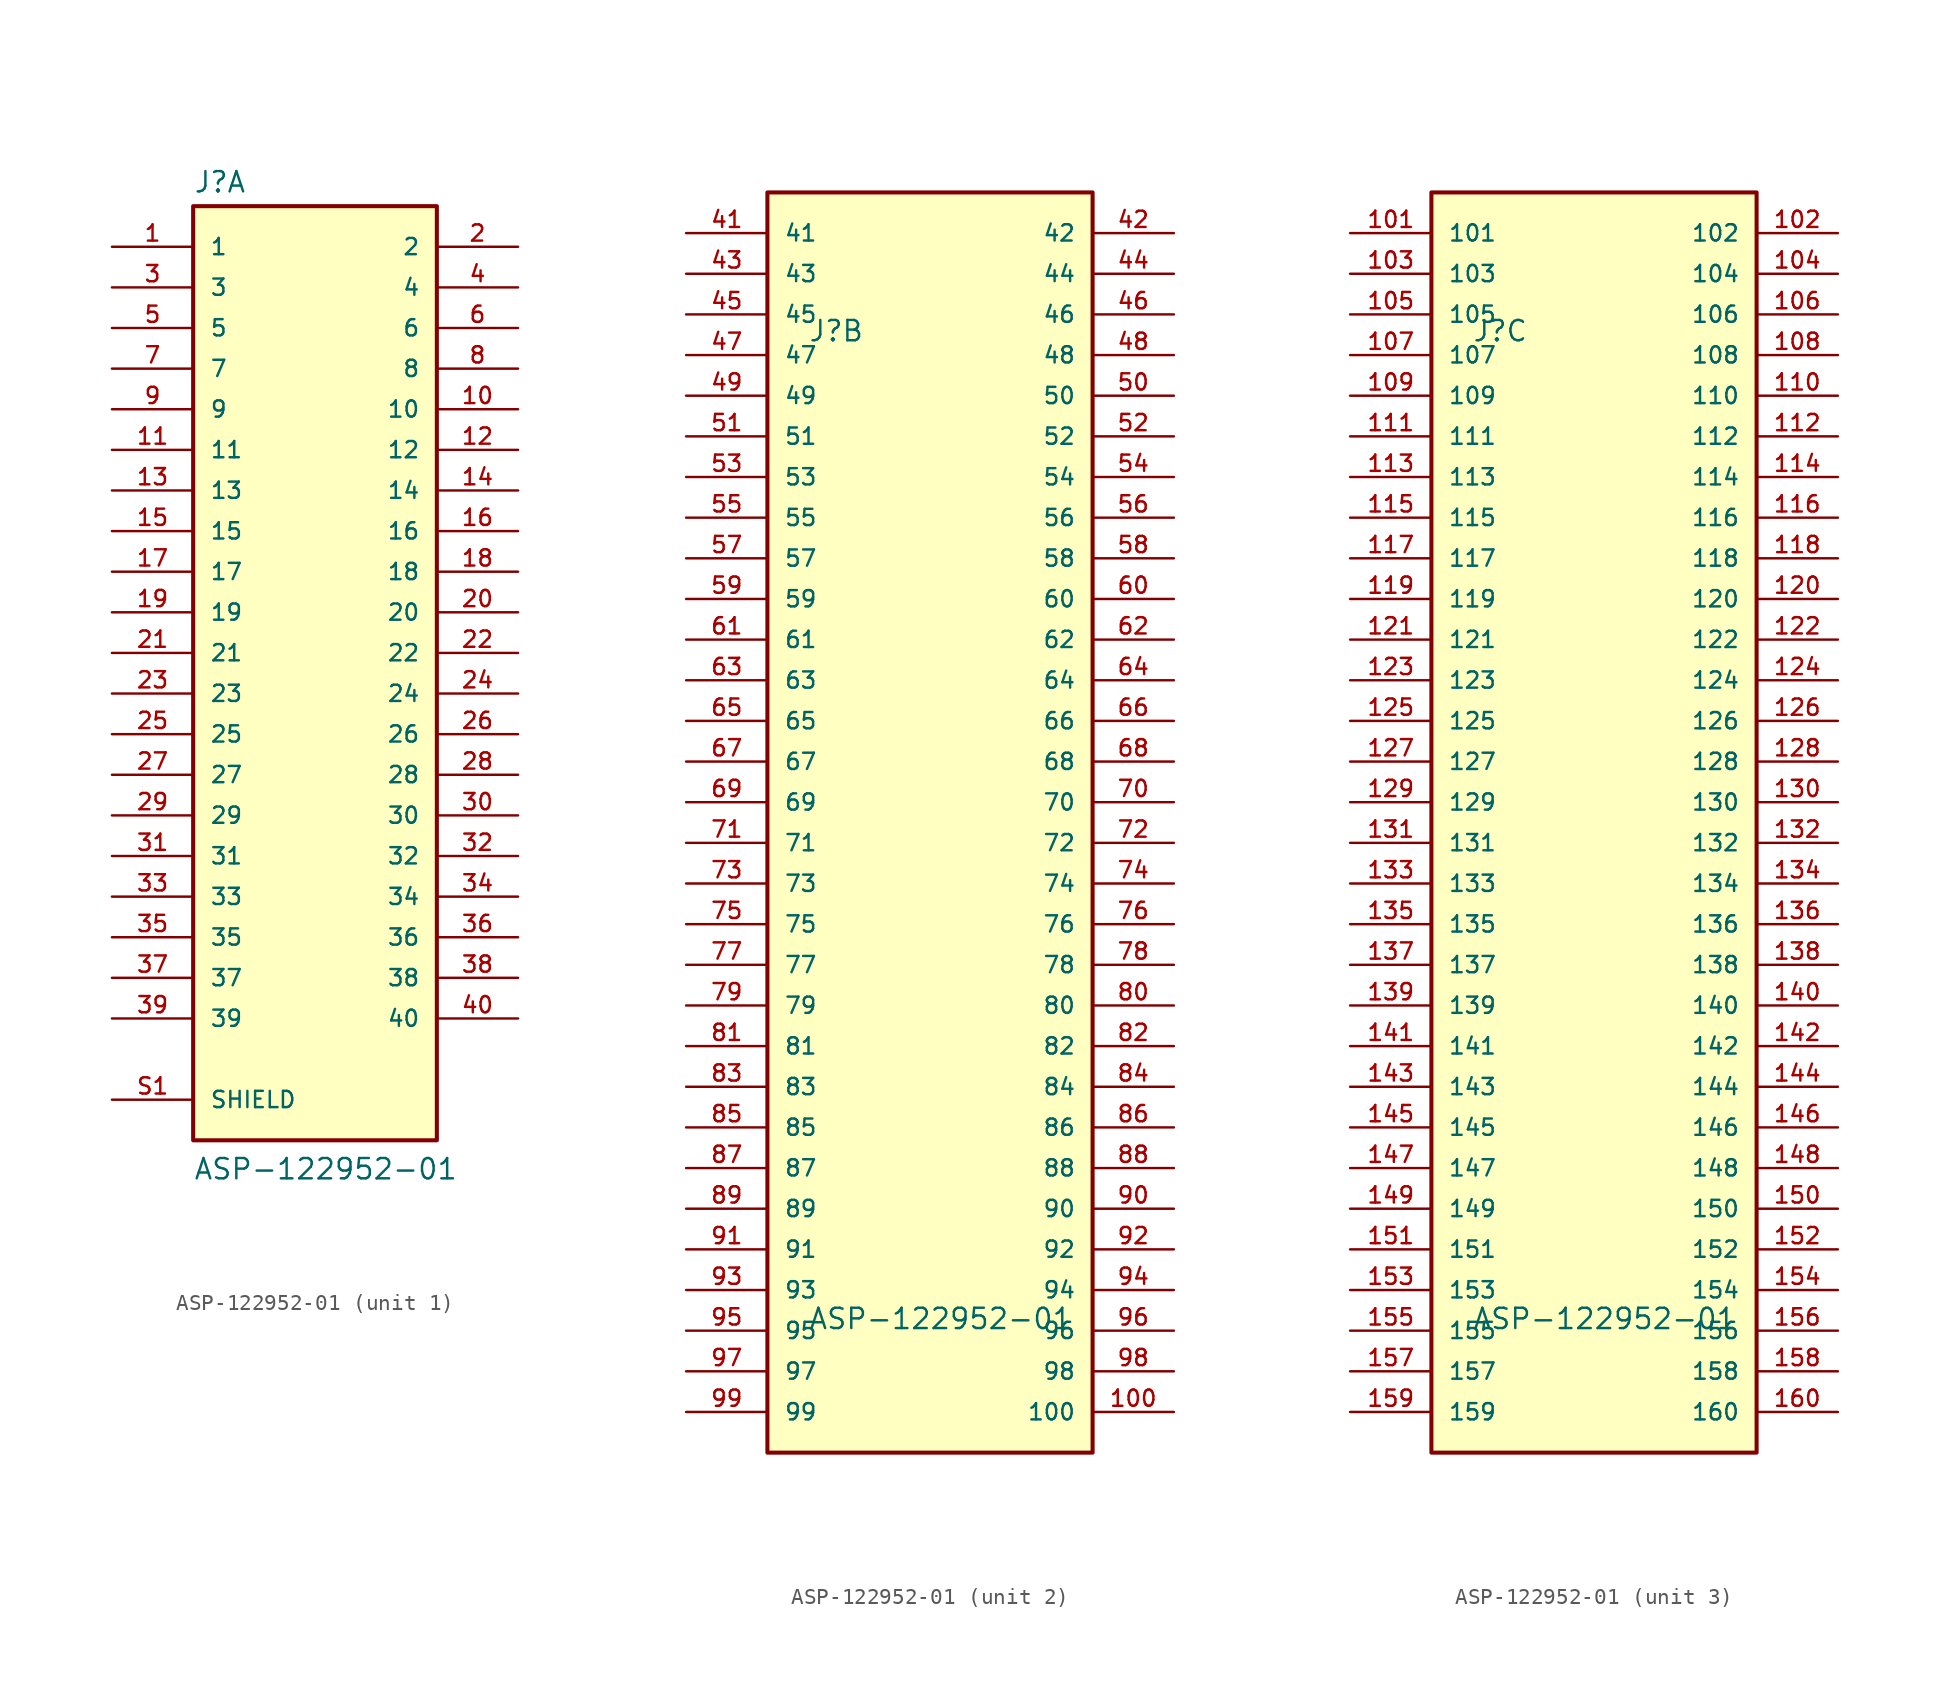
<source format=kicad_sym>
(kicad_symbol_lib
  (version 20211014)
  (generator kicad_symbol_editor)
  (symbol "ASP-122952-01"
    (pin_names
      (offset 1.016))
    (property "Reference" "J"
      (at -7.62 28.702 0)
      (effects (font (size 1.27 1.27)) (justify bottom left)))
    (property "Value" "ASP-122952-01"
      (at -7.62 -33.02 0)
      (effects (font (size 1.27 1.27)) (justify bottom left)))
    (symbol "ASP-122952-01_1_0"
      (rectangle (start -7.62 -30.48) (end 7.62 27.94) (stroke (width 0.254)) (fill (type background)))
      (pin passive line (at -12.7 25.4 0) (length 5.08) (name "1" (effects (font (size 1.016 1.016)))) (number "1" (effects (font (size 1.016 1.016)))))
      (pin passive line (at 12.7 25.4 180.0) (length 5.08) (name "2" (effects (font (size 1.016 1.016)))) (number "2" (effects (font (size 1.016 1.016)))))
      (pin passive line (at -12.7 22.86 0) (length 5.08) (name "3" (effects (font (size 1.016 1.016)))) (number "3" (effects (font (size 1.016 1.016)))))
      (pin passive line (at 12.7 22.86 180.0) (length 5.08) (name "4" (effects (font (size 1.016 1.016)))) (number "4" (effects (font (size 1.016 1.016)))))
      (pin passive line (at -12.7 20.32 0) (length 5.08) (name "5" (effects (font (size 1.016 1.016)))) (number "5" (effects (font (size 1.016 1.016)))))
      (pin passive line (at 12.7 20.32 180.0) (length 5.08) (name "6" (effects (font (size 1.016 1.016)))) (number "6" (effects (font (size 1.016 1.016)))))
      (pin passive line (at -12.7 17.78 0) (length 5.08) (name "7" (effects (font (size 1.016 1.016)))) (number "7" (effects (font (size 1.016 1.016)))))
      (pin passive line (at 12.7 17.78 180.0) (length 5.08) (name "8" (effects (font (size 1.016 1.016)))) (number "8" (effects (font (size 1.016 1.016)))))
      (pin passive line (at -12.7 15.24 0) (length 5.08) (name "9" (effects (font (size 1.016 1.016)))) (number "9" (effects (font (size 1.016 1.016)))))
      (pin passive line (at 12.7 15.24 180.0) (length 5.08) (name "10" (effects (font (size 1.016 1.016)))) (number "10" (effects (font (size 1.016 1.016)))))
      (pin passive line (at -12.7 12.7 0) (length 5.08) (name "11" (effects (font (size 1.016 1.016)))) (number "11" (effects (font (size 1.016 1.016)))))
      (pin passive line (at 12.7 12.7 180.0) (length 5.08) (name "12" (effects (font (size 1.016 1.016)))) (number "12" (effects (font (size 1.016 1.016)))))
      (pin passive line (at -12.7 10.16 0) (length 5.08) (name "13" (effects (font (size 1.016 1.016)))) (number "13" (effects (font (size 1.016 1.016)))))
      (pin passive line (at 12.7 10.16 180.0) (length 5.08) (name "14" (effects (font (size 1.016 1.016)))) (number "14" (effects (font (size 1.016 1.016)))))
      (pin passive line (at -12.7 7.62 0) (length 5.08) (name "15" (effects (font (size 1.016 1.016)))) (number "15" (effects (font (size 1.016 1.016)))))
      (pin passive line (at 12.7 7.62 180.0) (length 5.08) (name "16" (effects (font (size 1.016 1.016)))) (number "16" (effects (font (size 1.016 1.016)))))
      (pin passive line (at -12.7 5.08 0) (length 5.08) (name "17" (effects (font (size 1.016 1.016)))) (number "17" (effects (font (size 1.016 1.016)))))
      (pin passive line (at 12.7 5.08 180.0) (length 5.08) (name "18" (effects (font (size 1.016 1.016)))) (number "18" (effects (font (size 1.016 1.016)))))
      (pin passive line (at -12.7 2.54 0) (length 5.08) (name "19" (effects (font (size 1.016 1.016)))) (number "19" (effects (font (size 1.016 1.016)))))
      (pin passive line (at 12.7 2.54 180.0) (length 5.08) (name "20" (effects (font (size 1.016 1.016)))) (number "20" (effects (font (size 1.016 1.016)))))
      (pin passive line (at -12.7 0.0 0) (length 5.08) (name "21" (effects (font (size 1.016 1.016)))) (number "21" (effects (font (size 1.016 1.016)))))
      (pin passive line (at 12.7 0.0 180.0) (length 5.08) (name "22" (effects (font (size 1.016 1.016)))) (number "22" (effects (font (size 1.016 1.016)))))
      (pin passive line (at -12.7 -2.54 0) (length 5.08) (name "23" (effects (font (size 1.016 1.016)))) (number "23" (effects (font (size 1.016 1.016)))))
      (pin passive line (at 12.7 -2.54 180.0) (length 5.08) (name "24" (effects (font (size 1.016 1.016)))) (number "24" (effects (font (size 1.016 1.016)))))
      (pin passive line (at -12.7 -5.08 0) (length 5.08) (name "25" (effects (font (size 1.016 1.016)))) (number "25" (effects (font (size 1.016 1.016)))))
      (pin passive line (at 12.7 -5.08 180.0) (length 5.08) (name "26" (effects (font (size 1.016 1.016)))) (number "26" (effects (font (size 1.016 1.016)))))
      (pin passive line (at -12.7 -7.62 0) (length 5.08) (name "27" (effects (font (size 1.016 1.016)))) (number "27" (effects (font (size 1.016 1.016)))))
      (pin passive line (at 12.7 -7.62 180.0) (length 5.08) (name "28" (effects (font (size 1.016 1.016)))) (number "28" (effects (font (size 1.016 1.016)))))
      (pin passive line (at -12.7 -10.16 0) (length 5.08) (name "29" (effects (font (size 1.016 1.016)))) (number "29" (effects (font (size 1.016 1.016)))))
      (pin passive line (at 12.7 -10.16 180.0) (length 5.08) (name "30" (effects (font (size 1.016 1.016)))) (number "30" (effects (font (size 1.016 1.016)))))
      (pin passive line (at -12.7 -12.7 0) (length 5.08) (name "31" (effects (font (size 1.016 1.016)))) (number "31" (effects (font (size 1.016 1.016)))))
      (pin passive line (at 12.7 -12.7 180.0) (length 5.08) (name "32" (effects (font (size 1.016 1.016)))) (number "32" (effects (font (size 1.016 1.016)))))
      (pin passive line (at -12.7 -15.24 0) (length 5.08) (name "33" (effects (font (size 1.016 1.016)))) (number "33" (effects (font (size 1.016 1.016)))))
      (pin passive line (at 12.7 -15.24 180.0) (length 5.08) (name "34" (effects (font (size 1.016 1.016)))) (number "34" (effects (font (size 1.016 1.016)))))
      (pin passive line (at -12.7 -17.78 0) (length 5.08) (name "35" (effects (font (size 1.016 1.016)))) (number "35" (effects (font (size 1.016 1.016)))))
      (pin passive line (at 12.7 -17.78 180.0) (length 5.08) (name "36" (effects (font (size 1.016 1.016)))) (number "36" (effects (font (size 1.016 1.016)))))
      (pin passive line (at -12.7 -20.32 0) (length 5.08) (name "37" (effects (font (size 1.016 1.016)))) (number "37" (effects (font (size 1.016 1.016)))))
      (pin passive line (at 12.7 -20.32 180.0) (length 5.08) (name "38" (effects (font (size 1.016 1.016)))) (number "38" (effects (font (size 1.016 1.016)))))
      (pin passive line (at -12.7 -22.86 0) (length 5.08) (name "39" (effects (font (size 1.016 1.016)))) (number "39" (effects (font (size 1.016 1.016)))))
      (pin passive line (at 12.7 -22.86 180.0) (length 5.08) (name "40" (effects (font (size 1.016 1.016)))) (number "40" (effects (font (size 1.016 1.016)))))
      (pin passive line (at -12.7 -27.94 0) (length 5.08) (name "SHIELD" (effects (font (size 1.016 1.016)))) (number "S1" (effects (font (size 1.016 1.016)))))
      (pin passive line (at -12.7 -27.94 0) (length 5.08) hide (name "SHIELD" (effects (font (size 1.016 1.016)))) (number "S2" (effects (font (size 1.016 1.016)))))
      (pin passive line (at -12.7 -27.94 0) (length 5.08) hide (name "SHIELD" (effects (font (size 1.016 1.016)))) (number "S3" (effects (font (size 1.016 1.016)))))
      (pin passive line (at -12.7 -27.94 0) (length 5.08) hide (name "SHIELD" (effects (font (size 1.016 1.016)))) (number "S4" (effects (font (size 1.016 1.016)))))
      (pin passive line (at -12.7 -27.94 0) (length 5.08) hide (name "SHIELD" (effects (font (size 1.016 1.016)))) (number "S5" (effects (font (size 1.016 1.016)))))
      (pin passive line (at -12.7 -27.94 0) (length 5.08) hide (name "SHIELD" (effects (font (size 1.016 1.016)))) (number "S6" (effects (font (size 1.016 1.016)))))
      (pin passive line (at -12.7 -27.94 0) (length 5.08) hide (name "SHIELD" (effects (font (size 1.016 1.016)))) (number "S7" (effects (font (size 1.016 1.016)))))
      (pin passive line (at -12.7 -27.94 0) (length 5.08) hide (name "SHIELD" (effects (font (size 1.016 1.016)))) (number "S8" (effects (font (size 1.016 1.016)))))
      (pin passive line (at -12.7 -27.94 0) (length 5.08) hide (name "SHIELD" (effects (font (size 1.016 1.016)))) (number "S9" (effects (font (size 1.016 1.016)))))
      (pin passive line (at -12.7 -27.94 0) (length 5.08) hide (name "SHIELD" (effects (font (size 1.016 1.016)))) (number "S10" (effects (font (size 1.016 1.016)))))
      (pin passive line (at -12.7 -27.94 0) (length 5.08) hide (name "SHIELD" (effects (font (size 1.016 1.016)))) (number "S11" (effects (font (size 1.016 1.016)))))
      (pin passive line (at -12.7 -27.94 0) (length 5.08) hide (name "SHIELD" (effects (font (size 1.016 1.016)))) (number "S12" (effects (font (size 1.016 1.016))))))
    (symbol "ASP-122952-01_2_0"
      (rectangle (start -10.16 -40.64) (end 10.16 38.1) (stroke (width 0.254)) (fill (type background)))
      (pin passive line (at -15.24 35.56 0) (length 5.08) (name "41" (effects (font (size 1.016 1.016)))) (number "41" (effects (font (size 1.016 1.016)))))
      (pin passive line (at 15.24 35.56 180.0) (length 5.08) (name "42" (effects (font (size 1.016 1.016)))) (number "42" (effects (font (size 1.016 1.016)))))
      (pin passive line (at -15.24 33.02 0) (length 5.08) (name "43" (effects (font (size 1.016 1.016)))) (number "43" (effects (font (size 1.016 1.016)))))
      (pin passive line (at 15.24 33.02 180.0) (length 5.08) (name "44" (effects (font (size 1.016 1.016)))) (number "44" (effects (font (size 1.016 1.016)))))
      (pin passive line (at -15.24 30.48 0) (length 5.08) (name "45" (effects (font (size 1.016 1.016)))) (number "45" (effects (font (size 1.016 1.016)))))
      (pin passive line (at 15.24 30.48 180.0) (length 5.08) (name "46" (effects (font (size 1.016 1.016)))) (number "46" (effects (font (size 1.016 1.016)))))
      (pin passive line (at -15.24 27.94 0) (length 5.08) (name "47" (effects (font (size 1.016 1.016)))) (number "47" (effects (font (size 1.016 1.016)))))
      (pin passive line (at 15.24 27.94 180.0) (length 5.08) (name "48" (effects (font (size 1.016 1.016)))) (number "48" (effects (font (size 1.016 1.016)))))
      (pin passive line (at -15.24 25.4 0) (length 5.08) (name "49" (effects (font (size 1.016 1.016)))) (number "49" (effects (font (size 1.016 1.016)))))
      (pin passive line (at 15.24 25.4 180.0) (length 5.08) (name "50" (effects (font (size 1.016 1.016)))) (number "50" (effects (font (size 1.016 1.016)))))
      (pin passive line (at -15.24 22.86 0) (length 5.08) (name "51" (effects (font (size 1.016 1.016)))) (number "51" (effects (font (size 1.016 1.016)))))
      (pin passive line (at 15.24 22.86 180.0) (length 5.08) (name "52" (effects (font (size 1.016 1.016)))) (number "52" (effects (font (size 1.016 1.016)))))
      (pin passive line (at -15.24 20.32 0) (length 5.08) (name "53" (effects (font (size 1.016 1.016)))) (number "53" (effects (font (size 1.016 1.016)))))
      (pin passive line (at 15.24 20.32 180.0) (length 5.08) (name "54" (effects (font (size 1.016 1.016)))) (number "54" (effects (font (size 1.016 1.016)))))
      (pin passive line (at -15.24 17.78 0) (length 5.08) (name "55" (effects (font (size 1.016 1.016)))) (number "55" (effects (font (size 1.016 1.016)))))
      (pin passive line (at 15.24 17.78 180.0) (length 5.08) (name "56" (effects (font (size 1.016 1.016)))) (number "56" (effects (font (size 1.016 1.016)))))
      (pin passive line (at -15.24 15.24 0) (length 5.08) (name "57" (effects (font (size 1.016 1.016)))) (number "57" (effects (font (size 1.016 1.016)))))
      (pin passive line (at 15.24 15.24 180.0) (length 5.08) (name "58" (effects (font (size 1.016 1.016)))) (number "58" (effects (font (size 1.016 1.016)))))
      (pin passive line (at -15.24 12.7 0) (length 5.08) (name "59" (effects (font (size 1.016 1.016)))) (number "59" (effects (font (size 1.016 1.016)))))
      (pin passive line (at 15.24 12.7 180.0) (length 5.08) (name "60" (effects (font (size 1.016 1.016)))) (number "60" (effects (font (size 1.016 1.016)))))
      (pin passive line (at -15.24 10.16 0) (length 5.08) (name "61" (effects (font (size 1.016 1.016)))) (number "61" (effects (font (size 1.016 1.016)))))
      (pin passive line (at 15.24 10.16 180.0) (length 5.08) (name "62" (effects (font (size 1.016 1.016)))) (number "62" (effects (font (size 1.016 1.016)))))
      (pin passive line (at -15.24 7.62 0) (length 5.08) (name "63" (effects (font (size 1.016 1.016)))) (number "63" (effects (font (size 1.016 1.016)))))
      (pin passive line (at 15.24 7.62 180.0) (length 5.08) (name "64" (effects (font (size 1.016 1.016)))) (number "64" (effects (font (size 1.016 1.016)))))
      (pin passive line (at -15.24 5.08 0) (length 5.08) (name "65" (effects (font (size 1.016 1.016)))) (number "65" (effects (font (size 1.016 1.016)))))
      (pin passive line (at 15.24 5.08 180.0) (length 5.08) (name "66" (effects (font (size 1.016 1.016)))) (number "66" (effects (font (size 1.016 1.016)))))
      (pin passive line (at -15.24 2.54 0) (length 5.08) (name "67" (effects (font (size 1.016 1.016)))) (number "67" (effects (font (size 1.016 1.016)))))
      (pin passive line (at 15.24 2.54 180.0) (length 5.08) (name "68" (effects (font (size 1.016 1.016)))) (number "68" (effects (font (size 1.016 1.016)))))
      (pin passive line (at -15.24 0.0 0) (length 5.08) (name "69" (effects (font (size 1.016 1.016)))) (number "69" (effects (font (size 1.016 1.016)))))
      (pin passive line (at 15.24 0.0 180.0) (length 5.08) (name "70" (effects (font (size 1.016 1.016)))) (number "70" (effects (font (size 1.016 1.016)))))
      (pin passive line (at -15.24 -2.54 0) (length 5.08) (name "71" (effects (font (size 1.016 1.016)))) (number "71" (effects (font (size 1.016 1.016)))))
      (pin passive line (at 15.24 -2.54 180.0) (length 5.08) (name "72" (effects (font (size 1.016 1.016)))) (number "72" (effects (font (size 1.016 1.016)))))
      (pin passive line (at -15.24 -5.08 0) (length 5.08) (name "73" (effects (font (size 1.016 1.016)))) (number "73" (effects (font (size 1.016 1.016)))))
      (pin passive line (at 15.24 -5.08 180.0) (length 5.08) (name "74" (effects (font (size 1.016 1.016)))) (number "74" (effects (font (size 1.016 1.016)))))
      (pin passive line (at -15.24 -7.62 0) (length 5.08) (name "75" (effects (font (size 1.016 1.016)))) (number "75" (effects (font (size 1.016 1.016)))))
      (pin passive line (at 15.24 -7.62 180.0) (length 5.08) (name "76" (effects (font (size 1.016 1.016)))) (number "76" (effects (font (size 1.016 1.016)))))
      (pin passive line (at -15.24 -10.16 0) (length 5.08) (name "77" (effects (font (size 1.016 1.016)))) (number "77" (effects (font (size 1.016 1.016)))))
      (pin passive line (at 15.24 -10.16 180.0) (length 5.08) (name "78" (effects (font (size 1.016 1.016)))) (number "78" (effects (font (size 1.016 1.016)))))
      (pin passive line (at -15.24 -12.7 0) (length 5.08) (name "79" (effects (font (size 1.016 1.016)))) (number "79" (effects (font (size 1.016 1.016)))))
      (pin passive line (at 15.24 -12.7 180.0) (length 5.08) (name "80" (effects (font (size 1.016 1.016)))) (number "80" (effects (font (size 1.016 1.016)))))
      (pin passive line (at -15.24 -15.24 0) (length 5.08) (name "81" (effects (font (size 1.016 1.016)))) (number "81" (effects (font (size 1.016 1.016)))))
      (pin passive line (at 15.24 -15.24 180.0) (length 5.08) (name "82" (effects (font (size 1.016 1.016)))) (number "82" (effects (font (size 1.016 1.016)))))
      (pin passive line (at -15.24 -17.78 0) (length 5.08) (name "83" (effects (font (size 1.016 1.016)))) (number "83" (effects (font (size 1.016 1.016)))))
      (pin passive line (at 15.24 -17.78 180.0) (length 5.08) (name "84" (effects (font (size 1.016 1.016)))) (number "84" (effects (font (size 1.016 1.016)))))
      (pin passive line (at -15.24 -20.32 0) (length 5.08) (name "85" (effects (font (size 1.016 1.016)))) (number "85" (effects (font (size 1.016 1.016)))))
      (pin passive line (at 15.24 -20.32 180.0) (length 5.08) (name "86" (effects (font (size 1.016 1.016)))) (number "86" (effects (font (size 1.016 1.016)))))
      (pin passive line (at -15.24 -22.86 0) (length 5.08) (name "87" (effects (font (size 1.016 1.016)))) (number "87" (effects (font (size 1.016 1.016)))))
      (pin passive line (at 15.24 -22.86 180.0) (length 5.08) (name "88" (effects (font (size 1.016 1.016)))) (number "88" (effects (font (size 1.016 1.016)))))
      (pin passive line (at -15.24 -25.4 0) (length 5.08) (name "89" (effects (font (size 1.016 1.016)))) (number "89" (effects (font (size 1.016 1.016)))))
      (pin passive line (at 15.24 -25.4 180.0) (length 5.08) (name "90" (effects (font (size 1.016 1.016)))) (number "90" (effects (font (size 1.016 1.016)))))
      (pin passive line (at -15.24 -27.94 0) (length 5.08) (name "91" (effects (font (size 1.016 1.016)))) (number "91" (effects (font (size 1.016 1.016)))))
      (pin passive line (at 15.24 -27.94 180.0) (length 5.08) (name "92" (effects (font (size 1.016 1.016)))) (number "92" (effects (font (size 1.016 1.016)))))
      (pin passive line (at -15.24 -30.48 0) (length 5.08) (name "93" (effects (font (size 1.016 1.016)))) (number "93" (effects (font (size 1.016 1.016)))))
      (pin passive line (at 15.24 -30.48 180.0) (length 5.08) (name "94" (effects (font (size 1.016 1.016)))) (number "94" (effects (font (size 1.016 1.016)))))
      (pin passive line (at -15.24 -33.02 0) (length 5.08) (name "95" (effects (font (size 1.016 1.016)))) (number "95" (effects (font (size 1.016 1.016)))))
      (pin passive line (at 15.24 -33.02 180.0) (length 5.08) (name "96" (effects (font (size 1.016 1.016)))) (number "96" (effects (font (size 1.016 1.016)))))
      (pin passive line (at -15.24 -35.56 0) (length 5.08) (name "97" (effects (font (size 1.016 1.016)))) (number "97" (effects (font (size 1.016 1.016)))))
      (pin passive line (at 15.24 -35.56 180.0) (length 5.08) (name "98" (effects (font (size 1.016 1.016)))) (number "98" (effects (font (size 1.016 1.016)))))
      (pin passive line (at -15.24 -38.1 0) (length 5.08) (name "99" (effects (font (size 1.016 1.016)))) (number "99" (effects (font (size 1.016 1.016)))))
      (pin passive line (at 15.24 -38.1 180.0) (length 5.08) (name "100" (effects (font (size 1.016 1.016)))) (number "100" (effects (font (size 1.016 1.016))))))
    (symbol "ASP-122952-01_3_0"
      (rectangle (start -10.16 -40.64) (end 10.16 38.1) (stroke (width 0.254)) (fill (type background)))
      (pin passive line (at -15.24 35.56 0) (length 5.08) (name "101" (effects (font (size 1.016 1.016)))) (number "101" (effects (font (size 1.016 1.016)))))
      (pin passive line (at 15.24 35.56 180.0) (length 5.08) (name "102" (effects (font (size 1.016 1.016)))) (number "102" (effects (font (size 1.016 1.016)))))
      (pin passive line (at -15.24 33.02 0) (length 5.08) (name "103" (effects (font (size 1.016 1.016)))) (number "103" (effects (font (size 1.016 1.016)))))
      (pin passive line (at 15.24 33.02 180.0) (length 5.08) (name "104" (effects (font (size 1.016 1.016)))) (number "104" (effects (font (size 1.016 1.016)))))
      (pin passive line (at -15.24 30.48 0) (length 5.08) (name "105" (effects (font (size 1.016 1.016)))) (number "105" (effects (font (size 1.016 1.016)))))
      (pin passive line (at 15.24 30.48 180.0) (length 5.08) (name "106" (effects (font (size 1.016 1.016)))) (number "106" (effects (font (size 1.016 1.016)))))
      (pin passive line (at -15.24 27.94 0) (length 5.08) (name "107" (effects (font (size 1.016 1.016)))) (number "107" (effects (font (size 1.016 1.016)))))
      (pin passive line (at 15.24 27.94 180.0) (length 5.08) (name "108" (effects (font (size 1.016 1.016)))) (number "108" (effects (font (size 1.016 1.016)))))
      (pin passive line (at -15.24 25.4 0) (length 5.08) (name "109" (effects (font (size 1.016 1.016)))) (number "109" (effects (font (size 1.016 1.016)))))
      (pin passive line (at 15.24 25.4 180.0) (length 5.08) (name "110" (effects (font (size 1.016 1.016)))) (number "110" (effects (font (size 1.016 1.016)))))
      (pin passive line (at -15.24 22.86 0) (length 5.08) (name "111" (effects (font (size 1.016 1.016)))) (number "111" (effects (font (size 1.016 1.016)))))
      (pin passive line (at 15.24 22.86 180.0) (length 5.08) (name "112" (effects (font (size 1.016 1.016)))) (number "112" (effects (font (size 1.016 1.016)))))
      (pin passive line (at -15.24 20.32 0) (length 5.08) (name "113" (effects (font (size 1.016 1.016)))) (number "113" (effects (font (size 1.016 1.016)))))
      (pin passive line (at 15.24 20.32 180.0) (length 5.08) (name "114" (effects (font (size 1.016 1.016)))) (number "114" (effects (font (size 1.016 1.016)))))
      (pin passive line (at -15.24 17.78 0) (length 5.08) (name "115" (effects (font (size 1.016 1.016)))) (number "115" (effects (font (size 1.016 1.016)))))
      (pin passive line (at 15.24 17.78 180.0) (length 5.08) (name "116" (effects (font (size 1.016 1.016)))) (number "116" (effects (font (size 1.016 1.016)))))
      (pin passive line (at -15.24 15.24 0) (length 5.08) (name "117" (effects (font (size 1.016 1.016)))) (number "117" (effects (font (size 1.016 1.016)))))
      (pin passive line (at 15.24 15.24 180.0) (length 5.08) (name "118" (effects (font (size 1.016 1.016)))) (number "118" (effects (font (size 1.016 1.016)))))
      (pin passive line (at -15.24 12.7 0) (length 5.08) (name "119" (effects (font (size 1.016 1.016)))) (number "119" (effects (font (size 1.016 1.016)))))
      (pin passive line (at 15.24 12.7 180.0) (length 5.08) (name "120" (effects (font (size 1.016 1.016)))) (number "120" (effects (font (size 1.016 1.016)))))
      (pin passive line (at -15.24 10.16 0) (length 5.08) (name "121" (effects (font (size 1.016 1.016)))) (number "121" (effects (font (size 1.016 1.016)))))
      (pin passive line (at 15.24 10.16 180.0) (length 5.08) (name "122" (effects (font (size 1.016 1.016)))) (number "122" (effects (font (size 1.016 1.016)))))
      (pin passive line (at -15.24 7.62 0) (length 5.08) (name "123" (effects (font (size 1.016 1.016)))) (number "123" (effects (font (size 1.016 1.016)))))
      (pin passive line (at 15.24 7.62 180.0) (length 5.08) (name "124" (effects (font (size 1.016 1.016)))) (number "124" (effects (font (size 1.016 1.016)))))
      (pin passive line (at -15.24 5.08 0) (length 5.08) (name "125" (effects (font (size 1.016 1.016)))) (number "125" (effects (font (size 1.016 1.016)))))
      (pin passive line (at 15.24 5.08 180.0) (length 5.08) (name "126" (effects (font (size 1.016 1.016)))) (number "126" (effects (font (size 1.016 1.016)))))
      (pin passive line (at -15.24 2.54 0) (length 5.08) (name "127" (effects (font (size 1.016 1.016)))) (number "127" (effects (font (size 1.016 1.016)))))
      (pin passive line (at 15.24 2.54 180.0) (length 5.08) (name "128" (effects (font (size 1.016 1.016)))) (number "128" (effects (font (size 1.016 1.016)))))
      (pin passive line (at -15.24 0.0 0) (length 5.08) (name "129" (effects (font (size 1.016 1.016)))) (number "129" (effects (font (size 1.016 1.016)))))
      (pin passive line (at 15.24 0.0 180.0) (length 5.08) (name "130" (effects (font (size 1.016 1.016)))) (number "130" (effects (font (size 1.016 1.016)))))
      (pin passive line (at -15.24 -2.54 0) (length 5.08) (name "131" (effects (font (size 1.016 1.016)))) (number "131" (effects (font (size 1.016 1.016)))))
      (pin passive line (at 15.24 -2.54 180.0) (length 5.08) (name "132" (effects (font (size 1.016 1.016)))) (number "132" (effects (font (size 1.016 1.016)))))
      (pin passive line (at -15.24 -5.08 0) (length 5.08) (name "133" (effects (font (size 1.016 1.016)))) (number "133" (effects (font (size 1.016 1.016)))))
      (pin passive line (at 15.24 -5.08 180.0) (length 5.08) (name "134" (effects (font (size 1.016 1.016)))) (number "134" (effects (font (size 1.016 1.016)))))
      (pin passive line (at -15.24 -7.62 0) (length 5.08) (name "135" (effects (font (size 1.016 1.016)))) (number "135" (effects (font (size 1.016 1.016)))))
      (pin passive line (at 15.24 -7.62 180.0) (length 5.08) (name "136" (effects (font (size 1.016 1.016)))) (number "136" (effects (font (size 1.016 1.016)))))
      (pin passive line (at -15.24 -10.16 0) (length 5.08) (name "137" (effects (font (size 1.016 1.016)))) (number "137" (effects (font (size 1.016 1.016)))))
      (pin passive line (at 15.24 -10.16 180.0) (length 5.08) (name "138" (effects (font (size 1.016 1.016)))) (number "138" (effects (font (size 1.016 1.016)))))
      (pin passive line (at -15.24 -12.7 0) (length 5.08) (name "139" (effects (font (size 1.016 1.016)))) (number "139" (effects (font (size 1.016 1.016)))))
      (pin passive line (at 15.24 -12.7 180.0) (length 5.08) (name "140" (effects (font (size 1.016 1.016)))) (number "140" (effects (font (size 1.016 1.016)))))
      (pin passive line (at -15.24 -15.24 0) (length 5.08) (name "141" (effects (font (size 1.016 1.016)))) (number "141" (effects (font (size 1.016 1.016)))))
      (pin passive line (at 15.24 -15.24 180.0) (length 5.08) (name "142" (effects (font (size 1.016 1.016)))) (number "142" (effects (font (size 1.016 1.016)))))
      (pin passive line (at -15.24 -17.78 0) (length 5.08) (name "143" (effects (font (size 1.016 1.016)))) (number "143" (effects (font (size 1.016 1.016)))))
      (pin passive line (at 15.24 -17.78 180.0) (length 5.08) (name "144" (effects (font (size 1.016 1.016)))) (number "144" (effects (font (size 1.016 1.016)))))
      (pin passive line (at -15.24 -20.32 0) (length 5.08) (name "145" (effects (font (size 1.016 1.016)))) (number "145" (effects (font (size 1.016 1.016)))))
      (pin passive line (at 15.24 -20.32 180.0) (length 5.08) (name "146" (effects (font (size 1.016 1.016)))) (number "146" (effects (font (size 1.016 1.016)))))
      (pin passive line (at -15.24 -22.86 0) (length 5.08) (name "147" (effects (font (size 1.016 1.016)))) (number "147" (effects (font (size 1.016 1.016)))))
      (pin passive line (at 15.24 -22.86 180.0) (length 5.08) (name "148" (effects (font (size 1.016 1.016)))) (number "148" (effects (font (size 1.016 1.016)))))
      (pin passive line (at -15.24 -25.4 0) (length 5.08) (name "149" (effects (font (size 1.016 1.016)))) (number "149" (effects (font (size 1.016 1.016)))))
      (pin passive line (at 15.24 -25.4 180.0) (length 5.08) (name "150" (effects (font (size 1.016 1.016)))) (number "150" (effects (font (size 1.016 1.016)))))
      (pin passive line (at -15.24 -27.94 0) (length 5.08) (name "151" (effects (font (size 1.016 1.016)))) (number "151" (effects (font (size 1.016 1.016)))))
      (pin passive line (at 15.24 -27.94 180.0) (length 5.08) (name "152" (effects (font (size 1.016 1.016)))) (number "152" (effects (font (size 1.016 1.016)))))
      (pin passive line (at -15.24 -30.48 0) (length 5.08) (name "153" (effects (font (size 1.016 1.016)))) (number "153" (effects (font (size 1.016 1.016)))))
      (pin passive line (at 15.24 -30.48 180.0) (length 5.08) (name "154" (effects (font (size 1.016 1.016)))) (number "154" (effects (font (size 1.016 1.016)))))
      (pin passive line (at -15.24 -33.02 0) (length 5.08) (name "155" (effects (font (size 1.016 1.016)))) (number "155" (effects (font (size 1.016 1.016)))))
      (pin passive line (at 15.24 -33.02 180.0) (length 5.08) (name "156" (effects (font (size 1.016 1.016)))) (number "156" (effects (font (size 1.016 1.016)))))
      (pin passive line (at -15.24 -35.56 0) (length 5.08) (name "157" (effects (font (size 1.016 1.016)))) (number "157" (effects (font (size 1.016 1.016)))))
      (pin passive line (at 15.24 -35.56 180.0) (length 5.08) (name "158" (effects (font (size 1.016 1.016)))) (number "158" (effects (font (size 1.016 1.016)))))
      (pin passive line (at -15.24 -38.1 0) (length 5.08) (name "159" (effects (font (size 1.016 1.016)))) (number "159" (effects (font (size 1.016 1.016)))))
      (pin passive line (at 15.24 -38.1 180.0) (length 5.08) (name "160" (effects (font (size 1.016 1.016)))) (number "160" (effects (font (size 1.016 1.016))))))))
</source>
